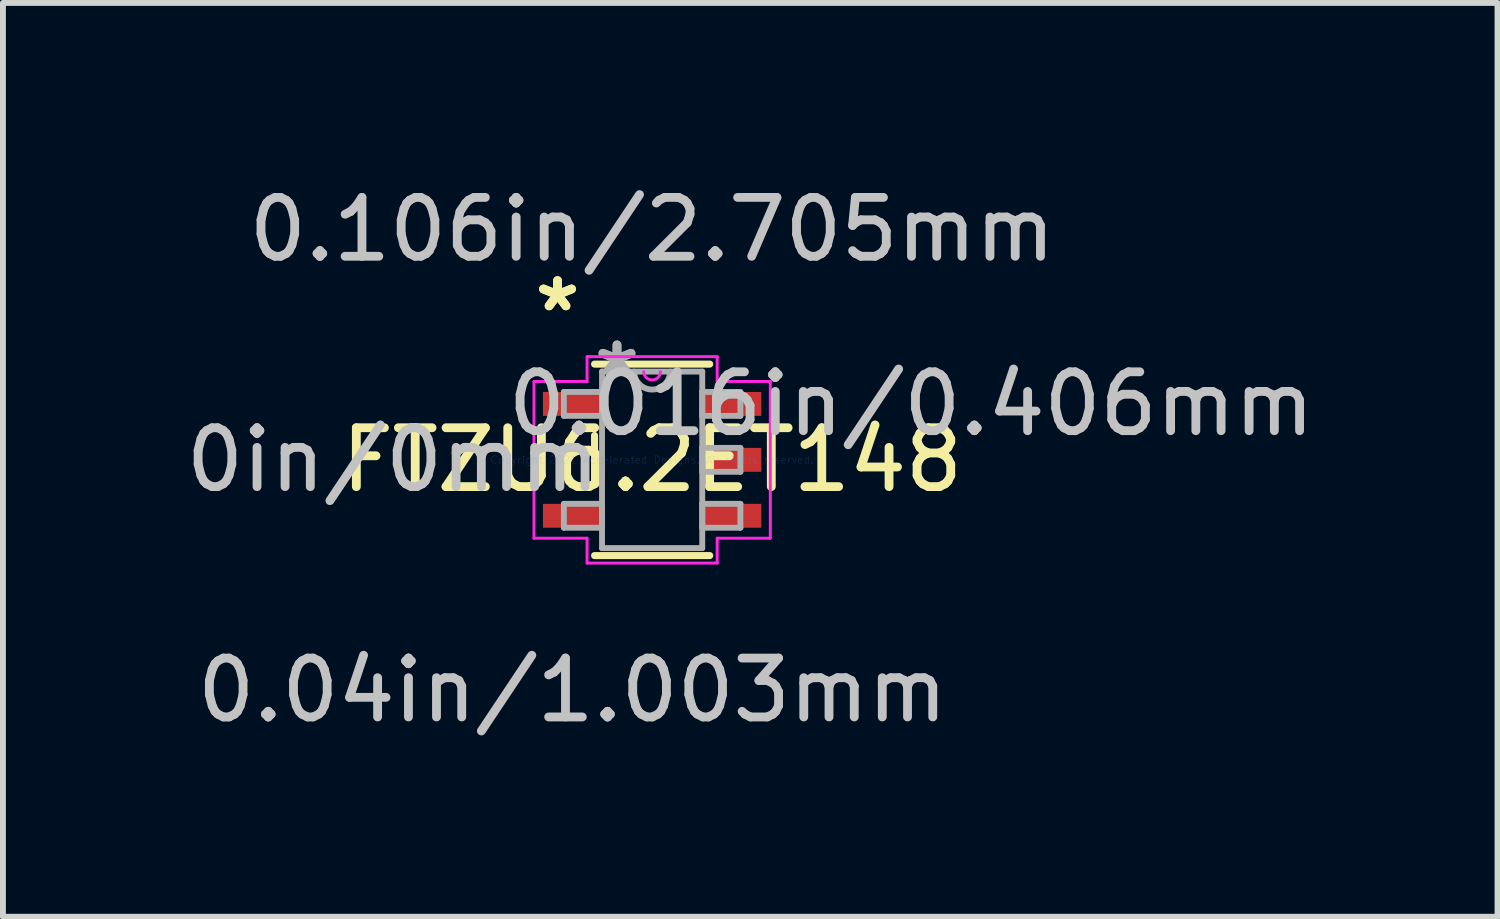
<source format=kicad_pcb>
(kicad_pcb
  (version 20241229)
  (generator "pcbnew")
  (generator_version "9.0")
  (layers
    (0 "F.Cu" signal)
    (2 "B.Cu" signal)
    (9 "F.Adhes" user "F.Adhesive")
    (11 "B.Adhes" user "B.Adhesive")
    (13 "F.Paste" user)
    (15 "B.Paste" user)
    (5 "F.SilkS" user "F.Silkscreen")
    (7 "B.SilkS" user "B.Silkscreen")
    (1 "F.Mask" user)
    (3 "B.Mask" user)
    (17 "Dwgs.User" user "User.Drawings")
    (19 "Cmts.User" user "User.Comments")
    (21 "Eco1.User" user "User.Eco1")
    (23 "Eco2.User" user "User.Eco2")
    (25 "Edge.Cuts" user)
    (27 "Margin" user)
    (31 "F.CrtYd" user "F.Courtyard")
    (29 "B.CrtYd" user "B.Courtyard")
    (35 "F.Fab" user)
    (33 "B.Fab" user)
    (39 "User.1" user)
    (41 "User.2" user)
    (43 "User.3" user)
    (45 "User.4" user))
  (footprint "FTZU6.2ET148"
    (layer "F.Cu")
    (at 8.026 4.76)
    (property "Reference" "FTZU6.2ET148" (at 0 0 0) (layer "F.SilkS") (effects (font (size 1 1) (thickness 0.15))))
    (attr through_hole)
    (fp_line (start -0.978 -0.414) (end -0.978 0.414) (stroke (width 0.12) (type solid)) (layer "F.SilkS"))
    (fp_line (start -0.978 1.626) (end 0.978 1.626) (stroke (width 0.12) (type solid)) (layer "F.SilkS"))
    (fp_line (start 0.978 -1.626) (end -0.978 -1.626) (stroke (width 0.12) (type solid)) (layer "F.SilkS"))
    (fp_line (start -2.007 -1.331) (end -1.105 -1.331) (stroke (width 0.05) (type solid)) (layer "F.CrtYd"))
    (fp_line (start -2.007 1.331) (end -2.007 -1.331) (stroke (width 0.05) (type solid)) (layer "F.CrtYd"))
    (fp_line (start -1.105 -1.753) (end 1.105 -1.753) (stroke (width 0.05) (type solid)) (layer "F.CrtYd"))
    (fp_line (start -1.105 -1.331) (end -1.105 -1.753) (stroke (width 0.05) (type solid)) (layer "F.CrtYd"))
    (fp_line (start -1.105 1.331) (end -2.007 1.331) (stroke (width 0.05) (type solid)) (layer "F.CrtYd"))
    (fp_line (start -1.105 1.753) (end -1.105 1.331) (stroke (width 0.05) (type solid)) (layer "F.CrtYd"))
    (fp_line (start 1.105 -1.753) (end 1.105 -1.331) (stroke (width 0.05) (type solid)) (layer "F.CrtYd"))
    (fp_line (start 1.105 -1.331) (end 2.007 -1.331) (stroke (width 0.05) (type solid)) (layer "F.CrtYd"))
    (fp_line (start 1.105 1.331) (end 1.105 1.753) (stroke (width 0.05) (type solid)) (layer "F.CrtYd"))
    (fp_line (start 1.105 1.753) (end -1.105 1.753) (stroke (width 0.05) (type solid)) (layer "F.CrtYd"))
    (fp_line (start 2.007 -1.331) (end 2.007 1.331) (stroke (width 0.05) (type solid)) (layer "F.CrtYd"))
    (fp_line (start 2.007 1.331) (end 1.105 1.331) (stroke (width 0.05) (type solid)) (layer "F.CrtYd"))
    (fp_arc (start 0.141817 -1.4986) (mid 0 -1.356783) (end -0.141817 -1.4986) (stroke (width 0.05) (type solid)) (layer "F.CrtYd"))
    (fp_line (start -1.499 -1.153) (end -1.499 -0.747) (stroke (width 0.1) (type solid)) (layer "F.Fab"))
    (fp_line (start -1.499 -0.747) (end -0.851 -0.747) (stroke (width 0.1) (type solid)) (layer "F.Fab"))
    (fp_line (start -1.499 0.747) (end -1.499 1.153) (stroke (width 0.1) (type solid)) (layer "F.Fab"))
    (fp_line (start -1.499 1.153) (end -0.851 1.153) (stroke (width 0.1) (type solid)) (layer "F.Fab"))
    (fp_line (start -0.851 -1.499) (end -0.851 1.499) (stroke (width 0.1) (type solid)) (layer "F.Fab"))
    (fp_line (start -0.851 -1.153) (end -1.499 -1.153) (stroke (width 0.1) (type solid)) (layer "F.Fab"))
    (fp_line (start -0.851 -0.747) (end -0.851 -1.153) (stroke (width 0.1) (type solid)) (layer "F.Fab"))
    (fp_line (start -0.851 0.747) (end -1.499 0.747) (stroke (width 0.1) (type solid)) (layer "F.Fab"))
    (fp_line (start -0.851 1.153) (end -0.851 0.747) (stroke (width 0.1) (type solid)) (layer "F.Fab"))
    (fp_line (start -0.851 1.499) (end 0.851 1.499) (stroke (width 0.1) (type solid)) (layer "F.Fab"))
    (fp_line (start 0.851 -1.499) (end -0.851 -1.499) (stroke (width 0.1) (type solid)) (layer "F.Fab"))
    (fp_line (start 0.851 -1.153) (end 0.851 -0.747) (stroke (width 0.1) (type solid)) (layer "F.Fab"))
    (fp_line (start 0.851 -0.747) (end 1.499 -0.747) (stroke (width 0.1) (type solid)) (layer "F.Fab"))
    (fp_line (start 0.851 -0.203) (end 0.851 0.203) (stroke (width 0.1) (type solid)) (layer "F.Fab"))
    (fp_line (start 0.851 0.203) (end 1.499 0.203) (stroke (width 0.1) (type solid)) (layer "F.Fab"))
    (fp_line (start 0.851 0.747) (end 0.851 1.153) (stroke (width 0.1) (type solid)) (layer "F.Fab"))
    (fp_line (start 0.851 1.153) (end 1.499 1.153) (stroke (width 0.1) (type solid)) (layer "F.Fab"))
    (fp_line (start 0.851 1.499) (end 0.851 -1.499) (stroke (width 0.1) (type solid)) (layer "F.Fab"))
    (fp_line (start 1.499 -1.153) (end 0.851 -1.153) (stroke (width 0.1) (type solid)) (layer "F.Fab"))
    (fp_line (start 1.499 -0.747) (end 1.499 -1.153) (stroke (width 0.1) (type solid)) (layer "F.Fab"))
    (fp_line (start 1.499 -0.203) (end 0.851 -0.203) (stroke (width 0.1) (type solid)) (layer "F.Fab"))
    (fp_line (start 1.499 0.203) (end 1.499 -0.203) (stroke (width 0.1) (type solid)) (layer "F.Fab"))
    (fp_line (start 1.499 0.747) (end 0.851 0.747) (stroke (width 0.1) (type solid)) (layer "F.Fab"))
    (fp_line (start 1.499 1.153) (end 1.499 0.747) (stroke (width 0.1) (type solid)) (layer "F.Fab"))
    (fp_arc (start 0.3048 -1.4986) (mid 0 -1.1938) (end -0.3048 -1.4986) (stroke (width 0.1) (type solid)) (layer "F.Fab"))
    (fp_text user "*" (at -1.607 -2.499 0) (layer "F.SilkS") (effects (font (size 1 1) (thickness 0.15))))
    (fp_text user "*" (at -1.607 -2.499 0) (layer "F.SilkS") (effects (font (size 1 1) (thickness 0.15))))
    (fp_text user "0in/0mm" (at -4.401 0 0) (layer "Dwgs.User") (effects (font (size 1 1) (thickness 0.15))))
    (fp_text user "0.04in/1.003mm" (at -1.353 3.912 0) (layer "Dwgs.User") (effects (font (size 1 1) (thickness 0.15))))
    (fp_text user "0.016in/0.406mm" (at 4.401 -0.95 0) (layer "Dwgs.User") (effects (font (size 1 1) (thickness 0.15))))
    (fp_text user "0.106in/2.705mm" (at 0 -3.912 0) (layer "Dwgs.User") (effects (font (size 1 1) (thickness 0.15))))
    (fp_text user "Copyright 2021 Accelerated Designs. All rights reserved." (at 0 0 0) (layer "Cmts.User") (effects (font (size 0.127 0.127) (thickness 0.002))))
    (fp_text user "*" (at -0.597 -1.407 0) (layer "F.Fab") (effects (font (size 1 1) (thickness 0.15))))
    (fp_text user "*" (at -0.597 -1.407 0) (layer "F.Fab") (effects (font (size 1 1) (thickness 0.15))))
    (pad "1" smd rect (at -1.353 -0.95) (size 1.003 0.406) (layers "F.Cu" "F.Mask" "F.Paste"))
    (pad "2" smd rect (at -1.353 0.95) (size 1.003 0.406) (layers "F.Cu" "F.Mask" "F.Paste"))
    (pad "3" smd rect (at 1.353 0.95) (size 1.003 0.406) (layers "F.Cu" "F.Mask" "F.Paste"))
    (pad "4" smd rect (at 1.353 0) (size 1.003 0.406) (layers "F.Cu" "F.Mask" "F.Paste"))
    (pad "5" smd rect (at 1.353 -0.95) (size 1.003 0.406) (layers "F.Cu" "F.Mask" "F.Paste")))
  (gr_rect
    (start -3 -3)
    (end 22.384 12.52)
    (stroke (width 0.1) (type default))
    (fill no)
    (layer "Edge.Cuts")))
</source>
